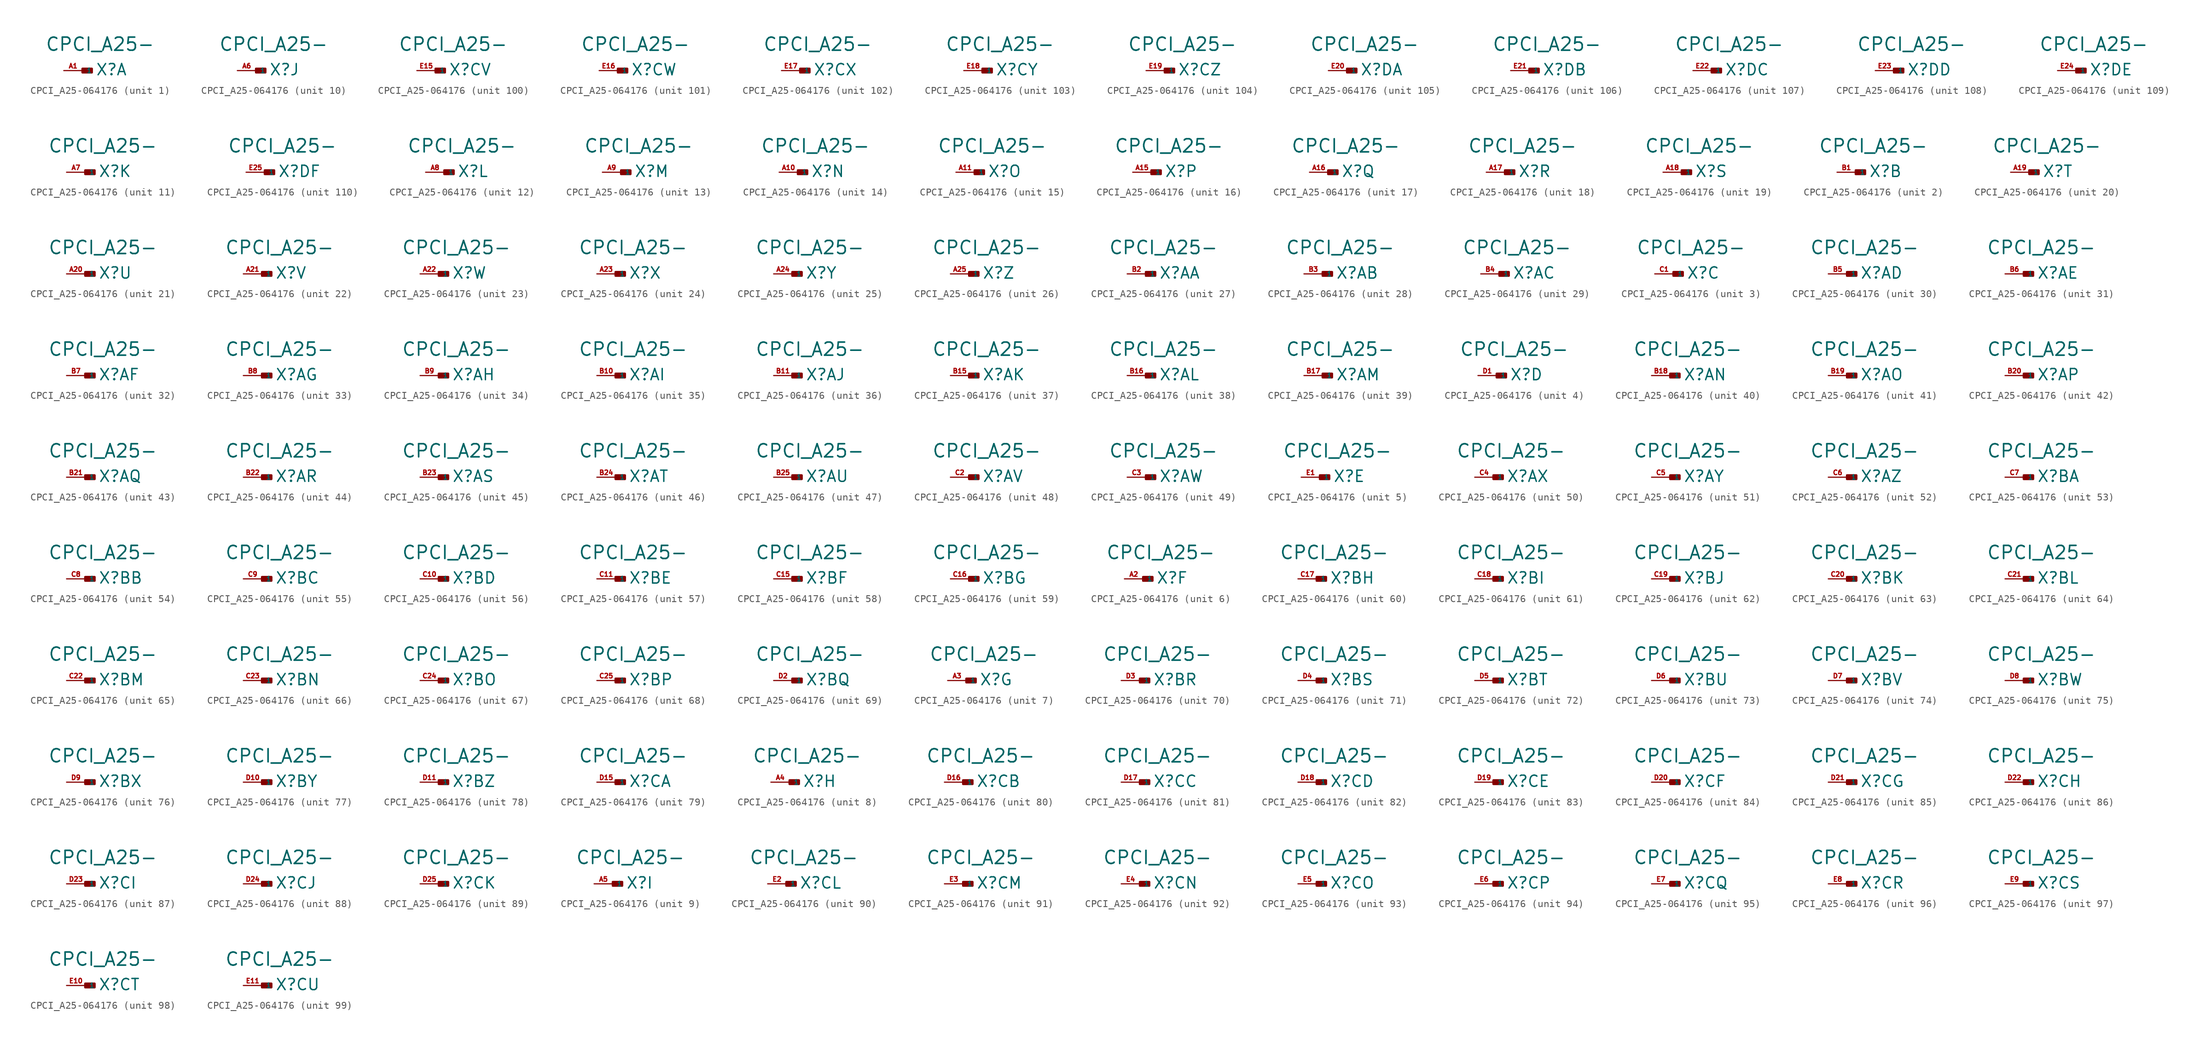
<source format=kicad_sym>
(kicad_symbol_lib
  (version 20220914)
  (generator Eagle2Kicad)
  (symbol "CPCI_A25-064176"
    (property "Reference" "X"
      (at 1.778 -0.762 0)
      (effects (font (size 1.524 1.524) (thickness 0.19)) (justify left bottom)))
    (property "Value" "CPCI_A25-"
      (at -5.08 2.54 0)
      (effects (font (size 1.778 1.778) (thickness 0.22)) (justify left bottom)))
    (symbol "CPCI_A25-064176_1_0"
      (rectangle (start 0 -0.254) (end 1.27 0.254) (stroke (width 0.3) (type default)) (fill (type outline)))
      (pin input line (at -2.54 0 0) (length 2.54) (name "1" (effects (font (size 0.635 0.635) (thickness 0.08)) (justify left bottom))) (number "A1" (effects (font (size 0.635 0.635) (thickness 0.08)) (justify left bottom)))))
    (symbol "CPCI_A25-064176_2_0"
      (rectangle (start 0 -0.254) (end 1.27 0.254) (stroke (width 0.3) (type default)) (fill (type outline)))
      (pin input line (at -2.54 0 0) (length 2.54) (name "1" (effects (font (size 0.635 0.635) (thickness 0.08)) (justify left bottom))) (number "B1" (effects (font (size 0.635 0.635) (thickness 0.08)) (justify left bottom)))))
    (symbol "CPCI_A25-064176_3_0"
      (rectangle (start 0 -0.254) (end 1.27 0.254) (stroke (width 0.3) (type default)) (fill (type outline)))
      (pin input line (at -2.54 0 0) (length 2.54) (name "1" (effects (font (size 0.635 0.635) (thickness 0.08)) (justify left bottom))) (number "C1" (effects (font (size 0.635 0.635) (thickness 0.08)) (justify left bottom)))))
    (symbol "CPCI_A25-064176_4_0"
      (rectangle (start 0 -0.254) (end 1.27 0.254) (stroke (width 0.3) (type default)) (fill (type outline)))
      (pin input line (at -2.54 0 0) (length 2.54) (name "1" (effects (font (size 0.635 0.635) (thickness 0.08)) (justify left bottom))) (number "D1" (effects (font (size 0.635 0.635) (thickness 0.08)) (justify left bottom)))))
    (symbol "CPCI_A25-064176_5_0"
      (rectangle (start 0 -0.254) (end 1.27 0.254) (stroke (width 0.3) (type default)) (fill (type outline)))
      (pin input line (at -2.54 0 0) (length 2.54) (name "1" (effects (font (size 0.635 0.635) (thickness 0.08)) (justify left bottom))) (number "E1" (effects (font (size 0.635 0.635) (thickness 0.08)) (justify left bottom)))))
    (symbol "CPCI_A25-064176_6_0"
      (rectangle (start 0 -0.254) (end 1.27 0.254) (stroke (width 0.3) (type default)) (fill (type outline)))
      (pin input line (at -2.54 0 0) (length 2.54) (name "1" (effects (font (size 0.635 0.635) (thickness 0.08)) (justify left bottom))) (number "A2" (effects (font (size 0.635 0.635) (thickness 0.08)) (justify left bottom)))))
    (symbol "CPCI_A25-064176_7_0"
      (rectangle (start 0 -0.254) (end 1.27 0.254) (stroke (width 0.3) (type default)) (fill (type outline)))
      (pin input line (at -2.54 0 0) (length 2.54) (name "1" (effects (font (size 0.635 0.635) (thickness 0.08)) (justify left bottom))) (number "A3" (effects (font (size 0.635 0.635) (thickness 0.08)) (justify left bottom)))))
    (symbol "CPCI_A25-064176_8_0"
      (rectangle (start 0 -0.254) (end 1.27 0.254) (stroke (width 0.3) (type default)) (fill (type outline)))
      (pin input line (at -2.54 0 0) (length 2.54) (name "1" (effects (font (size 0.635 0.635) (thickness 0.08)) (justify left bottom))) (number "A4" (effects (font (size 0.635 0.635) (thickness 0.08)) (justify left bottom)))))
    (symbol "CPCI_A25-064176_9_0"
      (rectangle (start 0 -0.254) (end 1.27 0.254) (stroke (width 0.3) (type default)) (fill (type outline)))
      (pin input line (at -2.54 0 0) (length 2.54) (name "1" (effects (font (size 0.635 0.635) (thickness 0.08)) (justify left bottom))) (number "A5" (effects (font (size 0.635 0.635) (thickness 0.08)) (justify left bottom)))))
    (symbol "CPCI_A25-064176_10_0"
      (rectangle (start 0 -0.254) (end 1.27 0.254) (stroke (width 0.3) (type default)) (fill (type outline)))
      (pin input line (at -2.54 0 0) (length 2.54) (name "1" (effects (font (size 0.635 0.635) (thickness 0.08)) (justify left bottom))) (number "A6" (effects (font (size 0.635 0.635) (thickness 0.08)) (justify left bottom)))))
    (symbol "CPCI_A25-064176_11_0"
      (rectangle (start 0 -0.254) (end 1.27 0.254) (stroke (width 0.3) (type default)) (fill (type outline)))
      (pin input line (at -2.54 0 0) (length 2.54) (name "1" (effects (font (size 0.635 0.635) (thickness 0.08)) (justify left bottom))) (number "A7" (effects (font (size 0.635 0.635) (thickness 0.08)) (justify left bottom)))))
    (symbol "CPCI_A25-064176_12_0"
      (rectangle (start 0 -0.254) (end 1.27 0.254) (stroke (width 0.3) (type default)) (fill (type outline)))
      (pin input line (at -2.54 0 0) (length 2.54) (name "1" (effects (font (size 0.635 0.635) (thickness 0.08)) (justify left bottom))) (number "A8" (effects (font (size 0.635 0.635) (thickness 0.08)) (justify left bottom)))))
    (symbol "CPCI_A25-064176_13_0"
      (rectangle (start 0 -0.254) (end 1.27 0.254) (stroke (width 0.3) (type default)) (fill (type outline)))
      (pin input line (at -2.54 0 0) (length 2.54) (name "1" (effects (font (size 0.635 0.635) (thickness 0.08)) (justify left bottom))) (number "A9" (effects (font (size 0.635 0.635) (thickness 0.08)) (justify left bottom)))))
    (symbol "CPCI_A25-064176_14_0"
      (rectangle (start 0 -0.254) (end 1.27 0.254) (stroke (width 0.3) (type default)) (fill (type outline)))
      (pin input line (at -2.54 0 0) (length 2.54) (name "1" (effects (font (size 0.635 0.635) (thickness 0.08)) (justify left bottom))) (number "A10" (effects (font (size 0.635 0.635) (thickness 0.08)) (justify left bottom)))))
    (symbol "CPCI_A25-064176_15_0"
      (rectangle (start 0 -0.254) (end 1.27 0.254) (stroke (width 0.3) (type default)) (fill (type outline)))
      (pin input line (at -2.54 0 0) (length 2.54) (name "1" (effects (font (size 0.635 0.635) (thickness 0.08)) (justify left bottom))) (number "A11" (effects (font (size 0.635 0.635) (thickness 0.08)) (justify left bottom)))))
    (symbol "CPCI_A25-064176_16_0"
      (rectangle (start 0 -0.254) (end 1.27 0.254) (stroke (width 0.3) (type default)) (fill (type outline)))
      (pin input line (at -2.54 0 0) (length 2.54) (name "1" (effects (font (size 0.635 0.635) (thickness 0.08)) (justify left bottom))) (number "A15" (effects (font (size 0.635 0.635) (thickness 0.08)) (justify left bottom)))))
    (symbol "CPCI_A25-064176_17_0"
      (rectangle (start 0 -0.254) (end 1.27 0.254) (stroke (width 0.3) (type default)) (fill (type outline)))
      (pin input line (at -2.54 0 0) (length 2.54) (name "1" (effects (font (size 0.635 0.635) (thickness 0.08)) (justify left bottom))) (number "A16" (effects (font (size 0.635 0.635) (thickness 0.08)) (justify left bottom)))))
    (symbol "CPCI_A25-064176_18_0"
      (rectangle (start 0 -0.254) (end 1.27 0.254) (stroke (width 0.3) (type default)) (fill (type outline)))
      (pin input line (at -2.54 0 0) (length 2.54) (name "1" (effects (font (size 0.635 0.635) (thickness 0.08)) (justify left bottom))) (number "A17" (effects (font (size 0.635 0.635) (thickness 0.08)) (justify left bottom)))))
    (symbol "CPCI_A25-064176_19_0"
      (rectangle (start 0 -0.254) (end 1.27 0.254) (stroke (width 0.3) (type default)) (fill (type outline)))
      (pin input line (at -2.54 0 0) (length 2.54) (name "1" (effects (font (size 0.635 0.635) (thickness 0.08)) (justify left bottom))) (number "A18" (effects (font (size 0.635 0.635) (thickness 0.08)) (justify left bottom)))))
    (symbol "CPCI_A25-064176_20_0"
      (rectangle (start 0 -0.254) (end 1.27 0.254) (stroke (width 0.3) (type default)) (fill (type outline)))
      (pin input line (at -2.54 0 0) (length 2.54) (name "1" (effects (font (size 0.635 0.635) (thickness 0.08)) (justify left bottom))) (number "A19" (effects (font (size 0.635 0.635) (thickness 0.08)) (justify left bottom)))))
    (symbol "CPCI_A25-064176_21_0"
      (rectangle (start 0 -0.254) (end 1.27 0.254) (stroke (width 0.3) (type default)) (fill (type outline)))
      (pin input line (at -2.54 0 0) (length 2.54) (name "1" (effects (font (size 0.635 0.635) (thickness 0.08)) (justify left bottom))) (number "A20" (effects (font (size 0.635 0.635) (thickness 0.08)) (justify left bottom)))))
    (symbol "CPCI_A25-064176_22_0"
      (rectangle (start 0 -0.254) (end 1.27 0.254) (stroke (width 0.3) (type default)) (fill (type outline)))
      (pin input line (at -2.54 0 0) (length 2.54) (name "1" (effects (font (size 0.635 0.635) (thickness 0.08)) (justify left bottom))) (number "A21" (effects (font (size 0.635 0.635) (thickness 0.08)) (justify left bottom)))))
    (symbol "CPCI_A25-064176_23_0"
      (rectangle (start 0 -0.254) (end 1.27 0.254) (stroke (width 0.3) (type default)) (fill (type outline)))
      (pin input line (at -2.54 0 0) (length 2.54) (name "1" (effects (font (size 0.635 0.635) (thickness 0.08)) (justify left bottom))) (number "A22" (effects (font (size 0.635 0.635) (thickness 0.08)) (justify left bottom)))))
    (symbol "CPCI_A25-064176_24_0"
      (rectangle (start 0 -0.254) (end 1.27 0.254) (stroke (width 0.3) (type default)) (fill (type outline)))
      (pin input line (at -2.54 0 0) (length 2.54) (name "1" (effects (font (size 0.635 0.635) (thickness 0.08)) (justify left bottom))) (number "A23" (effects (font (size 0.635 0.635) (thickness 0.08)) (justify left bottom)))))
    (symbol "CPCI_A25-064176_25_0"
      (rectangle (start 0 -0.254) (end 1.27 0.254) (stroke (width 0.3) (type default)) (fill (type outline)))
      (pin input line (at -2.54 0 0) (length 2.54) (name "1" (effects (font (size 0.635 0.635) (thickness 0.08)) (justify left bottom))) (number "A24" (effects (font (size 0.635 0.635) (thickness 0.08)) (justify left bottom)))))
    (symbol "CPCI_A25-064176_26_0"
      (rectangle (start 0 -0.254) (end 1.27 0.254) (stroke (width 0.3) (type default)) (fill (type outline)))
      (pin input line (at -2.54 0 0) (length 2.54) (name "1" (effects (font (size 0.635 0.635) (thickness 0.08)) (justify left bottom))) (number "A25" (effects (font (size 0.635 0.635) (thickness 0.08)) (justify left bottom)))))
    (symbol "CPCI_A25-064176_27_0"
      (rectangle (start 0 -0.254) (end 1.27 0.254) (stroke (width 0.3) (type default)) (fill (type outline)))
      (pin input line (at -2.54 0 0) (length 2.54) (name "1" (effects (font (size 0.635 0.635) (thickness 0.08)) (justify left bottom))) (number "B2" (effects (font (size 0.635 0.635) (thickness 0.08)) (justify left bottom)))))
    (symbol "CPCI_A25-064176_28_0"
      (rectangle (start 0 -0.254) (end 1.27 0.254) (stroke (width 0.3) (type default)) (fill (type outline)))
      (pin input line (at -2.54 0 0) (length 2.54) (name "1" (effects (font (size 0.635 0.635) (thickness 0.08)) (justify left bottom))) (number "B3" (effects (font (size 0.635 0.635) (thickness 0.08)) (justify left bottom)))))
    (symbol "CPCI_A25-064176_29_0"
      (rectangle (start 0 -0.254) (end 1.27 0.254) (stroke (width 0.3) (type default)) (fill (type outline)))
      (pin input line (at -2.54 0 0) (length 2.54) (name "1" (effects (font (size 0.635 0.635) (thickness 0.08)) (justify left bottom))) (number "B4" (effects (font (size 0.635 0.635) (thickness 0.08)) (justify left bottom)))))
    (symbol "CPCI_A25-064176_30_0"
      (rectangle (start 0 -0.254) (end 1.27 0.254) (stroke (width 0.3) (type default)) (fill (type outline)))
      (pin input line (at -2.54 0 0) (length 2.54) (name "1" (effects (font (size 0.635 0.635) (thickness 0.08)) (justify left bottom))) (number "B5" (effects (font (size 0.635 0.635) (thickness 0.08)) (justify left bottom)))))
    (symbol "CPCI_A25-064176_31_0"
      (rectangle (start 0 -0.254) (end 1.27 0.254) (stroke (width 0.3) (type default)) (fill (type outline)))
      (pin input line (at -2.54 0 0) (length 2.54) (name "1" (effects (font (size 0.635 0.635) (thickness 0.08)) (justify left bottom))) (number "B6" (effects (font (size 0.635 0.635) (thickness 0.08)) (justify left bottom)))))
    (symbol "CPCI_A25-064176_32_0"
      (rectangle (start 0 -0.254) (end 1.27 0.254) (stroke (width 0.3) (type default)) (fill (type outline)))
      (pin input line (at -2.54 0 0) (length 2.54) (name "1" (effects (font (size 0.635 0.635) (thickness 0.08)) (justify left bottom))) (number "B7" (effects (font (size 0.635 0.635) (thickness 0.08)) (justify left bottom)))))
    (symbol "CPCI_A25-064176_33_0"
      (rectangle (start 0 -0.254) (end 1.27 0.254) (stroke (width 0.3) (type default)) (fill (type outline)))
      (pin input line (at -2.54 0 0) (length 2.54) (name "1" (effects (font (size 0.635 0.635) (thickness 0.08)) (justify left bottom))) (number "B8" (effects (font (size 0.635 0.635) (thickness 0.08)) (justify left bottom)))))
    (symbol "CPCI_A25-064176_34_0"
      (rectangle (start 0 -0.254) (end 1.27 0.254) (stroke (width 0.3) (type default)) (fill (type outline)))
      (pin input line (at -2.54 0 0) (length 2.54) (name "1" (effects (font (size 0.635 0.635) (thickness 0.08)) (justify left bottom))) (number "B9" (effects (font (size 0.635 0.635) (thickness 0.08)) (justify left bottom)))))
    (symbol "CPCI_A25-064176_35_0"
      (rectangle (start 0 -0.254) (end 1.27 0.254) (stroke (width 0.3) (type default)) (fill (type outline)))
      (pin input line (at -2.54 0 0) (length 2.54) (name "1" (effects (font (size 0.635 0.635) (thickness 0.08)) (justify left bottom))) (number "B10" (effects (font (size 0.635 0.635) (thickness 0.08)) (justify left bottom)))))
    (symbol "CPCI_A25-064176_36_0"
      (rectangle (start 0 -0.254) (end 1.27 0.254) (stroke (width 0.3) (type default)) (fill (type outline)))
      (pin input line (at -2.54 0 0) (length 2.54) (name "1" (effects (font (size 0.635 0.635) (thickness 0.08)) (justify left bottom))) (number "B11" (effects (font (size 0.635 0.635) (thickness 0.08)) (justify left bottom)))))
    (symbol "CPCI_A25-064176_37_0"
      (rectangle (start 0 -0.254) (end 1.27 0.254) (stroke (width 0.3) (type default)) (fill (type outline)))
      (pin input line (at -2.54 0 0) (length 2.54) (name "1" (effects (font (size 0.635 0.635) (thickness 0.08)) (justify left bottom))) (number "B15" (effects (font (size 0.635 0.635) (thickness 0.08)) (justify left bottom)))))
    (symbol "CPCI_A25-064176_38_0"
      (rectangle (start 0 -0.254) (end 1.27 0.254) (stroke (width 0.3) (type default)) (fill (type outline)))
      (pin input line (at -2.54 0 0) (length 2.54) (name "1" (effects (font (size 0.635 0.635) (thickness 0.08)) (justify left bottom))) (number "B16" (effects (font (size 0.635 0.635) (thickness 0.08)) (justify left bottom)))))
    (symbol "CPCI_A25-064176_39_0"
      (rectangle (start 0 -0.254) (end 1.27 0.254) (stroke (width 0.3) (type default)) (fill (type outline)))
      (pin input line (at -2.54 0 0) (length 2.54) (name "1" (effects (font (size 0.635 0.635) (thickness 0.08)) (justify left bottom))) (number "B17" (effects (font (size 0.635 0.635) (thickness 0.08)) (justify left bottom)))))
    (symbol "CPCI_A25-064176_40_0"
      (rectangle (start 0 -0.254) (end 1.27 0.254) (stroke (width 0.3) (type default)) (fill (type outline)))
      (pin input line (at -2.54 0 0) (length 2.54) (name "1" (effects (font (size 0.635 0.635) (thickness 0.08)) (justify left bottom))) (number "B18" (effects (font (size 0.635 0.635) (thickness 0.08)) (justify left bottom)))))
    (symbol "CPCI_A25-064176_41_0"
      (rectangle (start 0 -0.254) (end 1.27 0.254) (stroke (width 0.3) (type default)) (fill (type outline)))
      (pin input line (at -2.54 0 0) (length 2.54) (name "1" (effects (font (size 0.635 0.635) (thickness 0.08)) (justify left bottom))) (number "B19" (effects (font (size 0.635 0.635) (thickness 0.08)) (justify left bottom)))))
    (symbol "CPCI_A25-064176_42_0"
      (rectangle (start 0 -0.254) (end 1.27 0.254) (stroke (width 0.3) (type default)) (fill (type outline)))
      (pin input line (at -2.54 0 0) (length 2.54) (name "1" (effects (font (size 0.635 0.635) (thickness 0.08)) (justify left bottom))) (number "B20" (effects (font (size 0.635 0.635) (thickness 0.08)) (justify left bottom)))))
    (symbol "CPCI_A25-064176_43_0"
      (rectangle (start 0 -0.254) (end 1.27 0.254) (stroke (width 0.3) (type default)) (fill (type outline)))
      (pin input line (at -2.54 0 0) (length 2.54) (name "1" (effects (font (size 0.635 0.635) (thickness 0.08)) (justify left bottom))) (number "B21" (effects (font (size 0.635 0.635) (thickness 0.08)) (justify left bottom)))))
    (symbol "CPCI_A25-064176_44_0"
      (rectangle (start 0 -0.254) (end 1.27 0.254) (stroke (width 0.3) (type default)) (fill (type outline)))
      (pin input line (at -2.54 0 0) (length 2.54) (name "1" (effects (font (size 0.635 0.635) (thickness 0.08)) (justify left bottom))) (number "B22" (effects (font (size 0.635 0.635) (thickness 0.08)) (justify left bottom)))))
    (symbol "CPCI_A25-064176_45_0"
      (rectangle (start 0 -0.254) (end 1.27 0.254) (stroke (width 0.3) (type default)) (fill (type outline)))
      (pin input line (at -2.54 0 0) (length 2.54) (name "1" (effects (font (size 0.635 0.635) (thickness 0.08)) (justify left bottom))) (number "B23" (effects (font (size 0.635 0.635) (thickness 0.08)) (justify left bottom)))))
    (symbol "CPCI_A25-064176_46_0"
      (rectangle (start 0 -0.254) (end 1.27 0.254) (stroke (width 0.3) (type default)) (fill (type outline)))
      (pin input line (at -2.54 0 0) (length 2.54) (name "1" (effects (font (size 0.635 0.635) (thickness 0.08)) (justify left bottom))) (number "B24" (effects (font (size 0.635 0.635) (thickness 0.08)) (justify left bottom)))))
    (symbol "CPCI_A25-064176_47_0"
      (rectangle (start 0 -0.254) (end 1.27 0.254) (stroke (width 0.3) (type default)) (fill (type outline)))
      (pin input line (at -2.54 0 0) (length 2.54) (name "1" (effects (font (size 0.635 0.635) (thickness 0.08)) (justify left bottom))) (number "B25" (effects (font (size 0.635 0.635) (thickness 0.08)) (justify left bottom)))))
    (symbol "CPCI_A25-064176_48_0"
      (rectangle (start 0 -0.254) (end 1.27 0.254) (stroke (width 0.3) (type default)) (fill (type outline)))
      (pin input line (at -2.54 0 0) (length 2.54) (name "1" (effects (font (size 0.635 0.635) (thickness 0.08)) (justify left bottom))) (number "C2" (effects (font (size 0.635 0.635) (thickness 0.08)) (justify left bottom)))))
    (symbol "CPCI_A25-064176_49_0"
      (rectangle (start 0 -0.254) (end 1.27 0.254) (stroke (width 0.3) (type default)) (fill (type outline)))
      (pin input line (at -2.54 0 0) (length 2.54) (name "1" (effects (font (size 0.635 0.635) (thickness 0.08)) (justify left bottom))) (number "C3" (effects (font (size 0.635 0.635) (thickness 0.08)) (justify left bottom)))))
    (symbol "CPCI_A25-064176_50_0"
      (rectangle (start 0 -0.254) (end 1.27 0.254) (stroke (width 0.3) (type default)) (fill (type outline)))
      (pin input line (at -2.54 0 0) (length 2.54) (name "1" (effects (font (size 0.635 0.635) (thickness 0.08)) (justify left bottom))) (number "C4" (effects (font (size 0.635 0.635) (thickness 0.08)) (justify left bottom)))))
    (symbol "CPCI_A25-064176_51_0"
      (rectangle (start 0 -0.254) (end 1.27 0.254) (stroke (width 0.3) (type default)) (fill (type outline)))
      (pin input line (at -2.54 0 0) (length 2.54) (name "1" (effects (font (size 0.635 0.635) (thickness 0.08)) (justify left bottom))) (number "C5" (effects (font (size 0.635 0.635) (thickness 0.08)) (justify left bottom)))))
    (symbol "CPCI_A25-064176_52_0"
      (rectangle (start 0 -0.254) (end 1.27 0.254) (stroke (width 0.3) (type default)) (fill (type outline)))
      (pin input line (at -2.54 0 0) (length 2.54) (name "1" (effects (font (size 0.635 0.635) (thickness 0.08)) (justify left bottom))) (number "C6" (effects (font (size 0.635 0.635) (thickness 0.08)) (justify left bottom)))))
    (symbol "CPCI_A25-064176_53_0"
      (rectangle (start 0 -0.254) (end 1.27 0.254) (stroke (width 0.3) (type default)) (fill (type outline)))
      (pin input line (at -2.54 0 0) (length 2.54) (name "1" (effects (font (size 0.635 0.635) (thickness 0.08)) (justify left bottom))) (number "C7" (effects (font (size 0.635 0.635) (thickness 0.08)) (justify left bottom)))))
    (symbol "CPCI_A25-064176_54_0"
      (rectangle (start 0 -0.254) (end 1.27 0.254) (stroke (width 0.3) (type default)) (fill (type outline)))
      (pin input line (at -2.54 0 0) (length 2.54) (name "1" (effects (font (size 0.635 0.635) (thickness 0.08)) (justify left bottom))) (number "C8" (effects (font (size 0.635 0.635) (thickness 0.08)) (justify left bottom)))))
    (symbol "CPCI_A25-064176_55_0"
      (rectangle (start 0 -0.254) (end 1.27 0.254) (stroke (width 0.3) (type default)) (fill (type outline)))
      (pin input line (at -2.54 0 0) (length 2.54) (name "1" (effects (font (size 0.635 0.635) (thickness 0.08)) (justify left bottom))) (number "C9" (effects (font (size 0.635 0.635) (thickness 0.08)) (justify left bottom)))))
    (symbol "CPCI_A25-064176_56_0"
      (rectangle (start 0 -0.254) (end 1.27 0.254) (stroke (width 0.3) (type default)) (fill (type outline)))
      (pin input line (at -2.54 0 0) (length 2.54) (name "1" (effects (font (size 0.635 0.635) (thickness 0.08)) (justify left bottom))) (number "C10" (effects (font (size 0.635 0.635) (thickness 0.08)) (justify left bottom)))))
    (symbol "CPCI_A25-064176_57_0"
      (rectangle (start 0 -0.254) (end 1.27 0.254) (stroke (width 0.3) (type default)) (fill (type outline)))
      (pin input line (at -2.54 0 0) (length 2.54) (name "1" (effects (font (size 0.635 0.635) (thickness 0.08)) (justify left bottom))) (number "C11" (effects (font (size 0.635 0.635) (thickness 0.08)) (justify left bottom)))))
    (symbol "CPCI_A25-064176_58_0"
      (rectangle (start 0 -0.254) (end 1.27 0.254) (stroke (width 0.3) (type default)) (fill (type outline)))
      (pin input line (at -2.54 0 0) (length 2.54) (name "1" (effects (font (size 0.635 0.635) (thickness 0.08)) (justify left bottom))) (number "C15" (effects (font (size 0.635 0.635) (thickness 0.08)) (justify left bottom)))))
    (symbol "CPCI_A25-064176_59_0"
      (rectangle (start 0 -0.254) (end 1.27 0.254) (stroke (width 0.3) (type default)) (fill (type outline)))
      (pin input line (at -2.54 0 0) (length 2.54) (name "1" (effects (font (size 0.635 0.635) (thickness 0.08)) (justify left bottom))) (number "C16" (effects (font (size 0.635 0.635) (thickness 0.08)) (justify left bottom)))))
    (symbol "CPCI_A25-064176_60_0"
      (rectangle (start 0 -0.254) (end 1.27 0.254) (stroke (width 0.3) (type default)) (fill (type outline)))
      (pin input line (at -2.54 0 0) (length 2.54) (name "1" (effects (font (size 0.635 0.635) (thickness 0.08)) (justify left bottom))) (number "C17" (effects (font (size 0.635 0.635) (thickness 0.08)) (justify left bottom)))))
    (symbol "CPCI_A25-064176_61_0"
      (rectangle (start 0 -0.254) (end 1.27 0.254) (stroke (width 0.3) (type default)) (fill (type outline)))
      (pin input line (at -2.54 0 0) (length 2.54) (name "1" (effects (font (size 0.635 0.635) (thickness 0.08)) (justify left bottom))) (number "C18" (effects (font (size 0.635 0.635) (thickness 0.08)) (justify left bottom)))))
    (symbol "CPCI_A25-064176_62_0"
      (rectangle (start 0 -0.254) (end 1.27 0.254) (stroke (width 0.3) (type default)) (fill (type outline)))
      (pin input line (at -2.54 0 0) (length 2.54) (name "1" (effects (font (size 0.635 0.635) (thickness 0.08)) (justify left bottom))) (number "C19" (effects (font (size 0.635 0.635) (thickness 0.08)) (justify left bottom)))))
    (symbol "CPCI_A25-064176_63_0"
      (rectangle (start 0 -0.254) (end 1.27 0.254) (stroke (width 0.3) (type default)) (fill (type outline)))
      (pin input line (at -2.54 0 0) (length 2.54) (name "1" (effects (font (size 0.635 0.635) (thickness 0.08)) (justify left bottom))) (number "C20" (effects (font (size 0.635 0.635) (thickness 0.08)) (justify left bottom)))))
    (symbol "CPCI_A25-064176_64_0"
      (rectangle (start 0 -0.254) (end 1.27 0.254) (stroke (width 0.3) (type default)) (fill (type outline)))
      (pin input line (at -2.54 0 0) (length 2.54) (name "1" (effects (font (size 0.635 0.635) (thickness 0.08)) (justify left bottom))) (number "C21" (effects (font (size 0.635 0.635) (thickness 0.08)) (justify left bottom)))))
    (symbol "CPCI_A25-064176_65_0"
      (rectangle (start 0 -0.254) (end 1.27 0.254) (stroke (width 0.3) (type default)) (fill (type outline)))
      (pin input line (at -2.54 0 0) (length 2.54) (name "1" (effects (font (size 0.635 0.635) (thickness 0.08)) (justify left bottom))) (number "C22" (effects (font (size 0.635 0.635) (thickness 0.08)) (justify left bottom)))))
    (symbol "CPCI_A25-064176_66_0"
      (rectangle (start 0 -0.254) (end 1.27 0.254) (stroke (width 0.3) (type default)) (fill (type outline)))
      (pin input line (at -2.54 0 0) (length 2.54) (name "1" (effects (font (size 0.635 0.635) (thickness 0.08)) (justify left bottom))) (number "C23" (effects (font (size 0.635 0.635) (thickness 0.08)) (justify left bottom)))))
    (symbol "CPCI_A25-064176_67_0"
      (rectangle (start 0 -0.254) (end 1.27 0.254) (stroke (width 0.3) (type default)) (fill (type outline)))
      (pin input line (at -2.54 0 0) (length 2.54) (name "1" (effects (font (size 0.635 0.635) (thickness 0.08)) (justify left bottom))) (number "C24" (effects (font (size 0.635 0.635) (thickness 0.08)) (justify left bottom)))))
    (symbol "CPCI_A25-064176_68_0"
      (rectangle (start 0 -0.254) (end 1.27 0.254) (stroke (width 0.3) (type default)) (fill (type outline)))
      (pin input line (at -2.54 0 0) (length 2.54) (name "1" (effects (font (size 0.635 0.635) (thickness 0.08)) (justify left bottom))) (number "C25" (effects (font (size 0.635 0.635) (thickness 0.08)) (justify left bottom)))))
    (symbol "CPCI_A25-064176_69_0"
      (rectangle (start 0 -0.254) (end 1.27 0.254) (stroke (width 0.3) (type default)) (fill (type outline)))
      (pin input line (at -2.54 0 0) (length 2.54) (name "1" (effects (font (size 0.635 0.635) (thickness 0.08)) (justify left bottom))) (number "D2" (effects (font (size 0.635 0.635) (thickness 0.08)) (justify left bottom)))))
    (symbol "CPCI_A25-064176_70_0"
      (rectangle (start 0 -0.254) (end 1.27 0.254) (stroke (width 0.3) (type default)) (fill (type outline)))
      (pin input line (at -2.54 0 0) (length 2.54) (name "1" (effects (font (size 0.635 0.635) (thickness 0.08)) (justify left bottom))) (number "D3" (effects (font (size 0.635 0.635) (thickness 0.08)) (justify left bottom)))))
    (symbol "CPCI_A25-064176_71_0"
      (rectangle (start 0 -0.254) (end 1.27 0.254) (stroke (width 0.3) (type default)) (fill (type outline)))
      (pin input line (at -2.54 0 0) (length 2.54) (name "1" (effects (font (size 0.635 0.635) (thickness 0.08)) (justify left bottom))) (number "D4" (effects (font (size 0.635 0.635) (thickness 0.08)) (justify left bottom)))))
    (symbol "CPCI_A25-064176_72_0"
      (rectangle (start 0 -0.254) (end 1.27 0.254) (stroke (width 0.3) (type default)) (fill (type outline)))
      (pin input line (at -2.54 0 0) (length 2.54) (name "1" (effects (font (size 0.635 0.635) (thickness 0.08)) (justify left bottom))) (number "D5" (effects (font (size 0.635 0.635) (thickness 0.08)) (justify left bottom)))))
    (symbol "CPCI_A25-064176_73_0"
      (rectangle (start 0 -0.254) (end 1.27 0.254) (stroke (width 0.3) (type default)) (fill (type outline)))
      (pin input line (at -2.54 0 0) (length 2.54) (name "1" (effects (font (size 0.635 0.635) (thickness 0.08)) (justify left bottom))) (number "D6" (effects (font (size 0.635 0.635) (thickness 0.08)) (justify left bottom)))))
    (symbol "CPCI_A25-064176_74_0"
      (rectangle (start 0 -0.254) (end 1.27 0.254) (stroke (width 0.3) (type default)) (fill (type outline)))
      (pin input line (at -2.54 0 0) (length 2.54) (name "1" (effects (font (size 0.635 0.635) (thickness 0.08)) (justify left bottom))) (number "D7" (effects (font (size 0.635 0.635) (thickness 0.08)) (justify left bottom)))))
    (symbol "CPCI_A25-064176_75_0"
      (rectangle (start 0 -0.254) (end 1.27 0.254) (stroke (width 0.3) (type default)) (fill (type outline)))
      (pin input line (at -2.54 0 0) (length 2.54) (name "1" (effects (font (size 0.635 0.635) (thickness 0.08)) (justify left bottom))) (number "D8" (effects (font (size 0.635 0.635) (thickness 0.08)) (justify left bottom)))))
    (symbol "CPCI_A25-064176_76_0"
      (rectangle (start 0 -0.254) (end 1.27 0.254) (stroke (width 0.3) (type default)) (fill (type outline)))
      (pin input line (at -2.54 0 0) (length 2.54) (name "1" (effects (font (size 0.635 0.635) (thickness 0.08)) (justify left bottom))) (number "D9" (effects (font (size 0.635 0.635) (thickness 0.08)) (justify left bottom)))))
    (symbol "CPCI_A25-064176_77_0"
      (rectangle (start 0 -0.254) (end 1.27 0.254) (stroke (width 0.3) (type default)) (fill (type outline)))
      (pin input line (at -2.54 0 0) (length 2.54) (name "1" (effects (font (size 0.635 0.635) (thickness 0.08)) (justify left bottom))) (number "D10" (effects (font (size 0.635 0.635) (thickness 0.08)) (justify left bottom)))))
    (symbol "CPCI_A25-064176_78_0"
      (rectangle (start 0 -0.254) (end 1.27 0.254) (stroke (width 0.3) (type default)) (fill (type outline)))
      (pin input line (at -2.54 0 0) (length 2.54) (name "1" (effects (font (size 0.635 0.635) (thickness 0.08)) (justify left bottom))) (number "D11" (effects (font (size 0.635 0.635) (thickness 0.08)) (justify left bottom)))))
    (symbol "CPCI_A25-064176_79_0"
      (rectangle (start 0 -0.254) (end 1.27 0.254) (stroke (width 0.3) (type default)) (fill (type outline)))
      (pin input line (at -2.54 0 0) (length 2.54) (name "1" (effects (font (size 0.635 0.635) (thickness 0.08)) (justify left bottom))) (number "D15" (effects (font (size 0.635 0.635) (thickness 0.08)) (justify left bottom)))))
    (symbol "CPCI_A25-064176_80_0"
      (rectangle (start 0 -0.254) (end 1.27 0.254) (stroke (width 0.3) (type default)) (fill (type outline)))
      (pin input line (at -2.54 0 0) (length 2.54) (name "1" (effects (font (size 0.635 0.635) (thickness 0.08)) (justify left bottom))) (number "D16" (effects (font (size 0.635 0.635) (thickness 0.08)) (justify left bottom)))))
    (symbol "CPCI_A25-064176_81_0"
      (rectangle (start 0 -0.254) (end 1.27 0.254) (stroke (width 0.3) (type default)) (fill (type outline)))
      (pin input line (at -2.54 0 0) (length 2.54) (name "1" (effects (font (size 0.635 0.635) (thickness 0.08)) (justify left bottom))) (number "D17" (effects (font (size 0.635 0.635) (thickness 0.08)) (justify left bottom)))))
    (symbol "CPCI_A25-064176_82_0"
      (rectangle (start 0 -0.254) (end 1.27 0.254) (stroke (width 0.3) (type default)) (fill (type outline)))
      (pin input line (at -2.54 0 0) (length 2.54) (name "1" (effects (font (size 0.635 0.635) (thickness 0.08)) (justify left bottom))) (number "D18" (effects (font (size 0.635 0.635) (thickness 0.08)) (justify left bottom)))))
    (symbol "CPCI_A25-064176_83_0"
      (rectangle (start 0 -0.254) (end 1.27 0.254) (stroke (width 0.3) (type default)) (fill (type outline)))
      (pin input line (at -2.54 0 0) (length 2.54) (name "1" (effects (font (size 0.635 0.635) (thickness 0.08)) (justify left bottom))) (number "D19" (effects (font (size 0.635 0.635) (thickness 0.08)) (justify left bottom)))))
    (symbol "CPCI_A25-064176_84_0"
      (rectangle (start 0 -0.254) (end 1.27 0.254) (stroke (width 0.3) (type default)) (fill (type outline)))
      (pin input line (at -2.54 0 0) (length 2.54) (name "1" (effects (font (size 0.635 0.635) (thickness 0.08)) (justify left bottom))) (number "D20" (effects (font (size 0.635 0.635) (thickness 0.08)) (justify left bottom)))))
    (symbol "CPCI_A25-064176_85_0"
      (rectangle (start 0 -0.254) (end 1.27 0.254) (stroke (width 0.3) (type default)) (fill (type outline)))
      (pin input line (at -2.54 0 0) (length 2.54) (name "1" (effects (font (size 0.635 0.635) (thickness 0.08)) (justify left bottom))) (number "D21" (effects (font (size 0.635 0.635) (thickness 0.08)) (justify left bottom)))))
    (symbol "CPCI_A25-064176_86_0"
      (rectangle (start 0 -0.254) (end 1.27 0.254) (stroke (width 0.3) (type default)) (fill (type outline)))
      (pin input line (at -2.54 0 0) (length 2.54) (name "1" (effects (font (size 0.635 0.635) (thickness 0.08)) (justify left bottom))) (number "D22" (effects (font (size 0.635 0.635) (thickness 0.08)) (justify left bottom)))))
    (symbol "CPCI_A25-064176_87_0"
      (rectangle (start 0 -0.254) (end 1.27 0.254) (stroke (width 0.3) (type default)) (fill (type outline)))
      (pin input line (at -2.54 0 0) (length 2.54) (name "1" (effects (font (size 0.635 0.635) (thickness 0.08)) (justify left bottom))) (number "D23" (effects (font (size 0.635 0.635) (thickness 0.08)) (justify left bottom)))))
    (symbol "CPCI_A25-064176_88_0"
      (rectangle (start 0 -0.254) (end 1.27 0.254) (stroke (width 0.3) (type default)) (fill (type outline)))
      (pin input line (at -2.54 0 0) (length 2.54) (name "1" (effects (font (size 0.635 0.635) (thickness 0.08)) (justify left bottom))) (number "D24" (effects (font (size 0.635 0.635) (thickness 0.08)) (justify left bottom)))))
    (symbol "CPCI_A25-064176_89_0"
      (rectangle (start 0 -0.254) (end 1.27 0.254) (stroke (width 0.3) (type default)) (fill (type outline)))
      (pin input line (at -2.54 0 0) (length 2.54) (name "1" (effects (font (size 0.635 0.635) (thickness 0.08)) (justify left bottom))) (number "D25" (effects (font (size 0.635 0.635) (thickness 0.08)) (justify left bottom)))))
    (symbol "CPCI_A25-064176_90_0"
      (rectangle (start 0 -0.254) (end 1.27 0.254) (stroke (width 0.3) (type default)) (fill (type outline)))
      (pin input line (at -2.54 0 0) (length 2.54) (name "1" (effects (font (size 0.635 0.635) (thickness 0.08)) (justify left bottom))) (number "E2" (effects (font (size 0.635 0.635) (thickness 0.08)) (justify left bottom)))))
    (symbol "CPCI_A25-064176_91_0"
      (rectangle (start 0 -0.254) (end 1.27 0.254) (stroke (width 0.3) (type default)) (fill (type outline)))
      (pin input line (at -2.54 0 0) (length 2.54) (name "1" (effects (font (size 0.635 0.635) (thickness 0.08)) (justify left bottom))) (number "E3" (effects (font (size 0.635 0.635) (thickness 0.08)) (justify left bottom)))))
    (symbol "CPCI_A25-064176_92_0"
      (rectangle (start 0 -0.254) (end 1.27 0.254) (stroke (width 0.3) (type default)) (fill (type outline)))
      (pin input line (at -2.54 0 0) (length 2.54) (name "1" (effects (font (size 0.635 0.635) (thickness 0.08)) (justify left bottom))) (number "E4" (effects (font (size 0.635 0.635) (thickness 0.08)) (justify left bottom)))))
    (symbol "CPCI_A25-064176_93_0"
      (rectangle (start 0 -0.254) (end 1.27 0.254) (stroke (width 0.3) (type default)) (fill (type outline)))
      (pin input line (at -2.54 0 0) (length 2.54) (name "1" (effects (font (size 0.635 0.635) (thickness 0.08)) (justify left bottom))) (number "E5" (effects (font (size 0.635 0.635) (thickness 0.08)) (justify left bottom)))))
    (symbol "CPCI_A25-064176_94_0"
      (rectangle (start 0 -0.254) (end 1.27 0.254) (stroke (width 0.3) (type default)) (fill (type outline)))
      (pin input line (at -2.54 0 0) (length 2.54) (name "1" (effects (font (size 0.635 0.635) (thickness 0.08)) (justify left bottom))) (number "E6" (effects (font (size 0.635 0.635) (thickness 0.08)) (justify left bottom)))))
    (symbol "CPCI_A25-064176_95_0"
      (rectangle (start 0 -0.254) (end 1.27 0.254) (stroke (width 0.3) (type default)) (fill (type outline)))
      (pin input line (at -2.54 0 0) (length 2.54) (name "1" (effects (font (size 0.635 0.635) (thickness 0.08)) (justify left bottom))) (number "E7" (effects (font (size 0.635 0.635) (thickness 0.08)) (justify left bottom)))))
    (symbol "CPCI_A25-064176_96_0"
      (rectangle (start 0 -0.254) (end 1.27 0.254) (stroke (width 0.3) (type default)) (fill (type outline)))
      (pin input line (at -2.54 0 0) (length 2.54) (name "1" (effects (font (size 0.635 0.635) (thickness 0.08)) (justify left bottom))) (number "E8" (effects (font (size 0.635 0.635) (thickness 0.08)) (justify left bottom)))))
    (symbol "CPCI_A25-064176_97_0"
      (rectangle (start 0 -0.254) (end 1.27 0.254) (stroke (width 0.3) (type default)) (fill (type outline)))
      (pin input line (at -2.54 0 0) (length 2.54) (name "1" (effects (font (size 0.635 0.635) (thickness 0.08)) (justify left bottom))) (number "E9" (effects (font (size 0.635 0.635) (thickness 0.08)) (justify left bottom)))))
    (symbol "CPCI_A25-064176_98_0"
      (rectangle (start 0 -0.254) (end 1.27 0.254) (stroke (width 0.3) (type default)) (fill (type outline)))
      (pin input line (at -2.54 0 0) (length 2.54) (name "1" (effects (font (size 0.635 0.635) (thickness 0.08)) (justify left bottom))) (number "E10" (effects (font (size 0.635 0.635) (thickness 0.08)) (justify left bottom)))))
    (symbol "CPCI_A25-064176_99_0"
      (rectangle (start 0 -0.254) (end 1.27 0.254) (stroke (width 0.3) (type default)) (fill (type outline)))
      (pin input line (at -2.54 0 0) (length 2.54) (name "1" (effects (font (size 0.635 0.635) (thickness 0.08)) (justify left bottom))) (number "E11" (effects (font (size 0.635 0.635) (thickness 0.08)) (justify left bottom)))))
    (symbol "CPCI_A25-064176_100_0"
      (rectangle (start 0 -0.254) (end 1.27 0.254) (stroke (width 0.3) (type default)) (fill (type outline)))
      (pin input line (at -2.54 0 0) (length 2.54) (name "1" (effects (font (size 0.635 0.635) (thickness 0.08)) (justify left bottom))) (number "E15" (effects (font (size 0.635 0.635) (thickness 0.08)) (justify left bottom)))))
    (symbol "CPCI_A25-064176_101_0"
      (rectangle (start 0 -0.254) (end 1.27 0.254) (stroke (width 0.3) (type default)) (fill (type outline)))
      (pin input line (at -2.54 0 0) (length 2.54) (name "1" (effects (font (size 0.635 0.635) (thickness 0.08)) (justify left bottom))) (number "E16" (effects (font (size 0.635 0.635) (thickness 0.08)) (justify left bottom)))))
    (symbol "CPCI_A25-064176_102_0"
      (rectangle (start 0 -0.254) (end 1.27 0.254) (stroke (width 0.3) (type default)) (fill (type outline)))
      (pin input line (at -2.54 0 0) (length 2.54) (name "1" (effects (font (size 0.635 0.635) (thickness 0.08)) (justify left bottom))) (number "E17" (effects (font (size 0.635 0.635) (thickness 0.08)) (justify left bottom)))))
    (symbol "CPCI_A25-064176_103_0"
      (rectangle (start 0 -0.254) (end 1.27 0.254) (stroke (width 0.3) (type default)) (fill (type outline)))
      (pin input line (at -2.54 0 0) (length 2.54) (name "1" (effects (font (size 0.635 0.635) (thickness 0.08)) (justify left bottom))) (number "E18" (effects (font (size 0.635 0.635) (thickness 0.08)) (justify left bottom)))))
    (symbol "CPCI_A25-064176_104_0"
      (rectangle (start 0 -0.254) (end 1.27 0.254) (stroke (width 0.3) (type default)) (fill (type outline)))
      (pin input line (at -2.54 0 0) (length 2.54) (name "1" (effects (font (size 0.635 0.635) (thickness 0.08)) (justify left bottom))) (number "E19" (effects (font (size 0.635 0.635) (thickness 0.08)) (justify left bottom)))))
    (symbol "CPCI_A25-064176_105_0"
      (rectangle (start 0 -0.254) (end 1.27 0.254) (stroke (width 0.3) (type default)) (fill (type outline)))
      (pin input line (at -2.54 0 0) (length 2.54) (name "1" (effects (font (size 0.635 0.635) (thickness 0.08)) (justify left bottom))) (number "E20" (effects (font (size 0.635 0.635) (thickness 0.08)) (justify left bottom)))))
    (symbol "CPCI_A25-064176_106_0"
      (rectangle (start 0 -0.254) (end 1.27 0.254) (stroke (width 0.3) (type default)) (fill (type outline)))
      (pin input line (at -2.54 0 0) (length 2.54) (name "1" (effects (font (size 0.635 0.635) (thickness 0.08)) (justify left bottom))) (number "E21" (effects (font (size 0.635 0.635) (thickness 0.08)) (justify left bottom)))))
    (symbol "CPCI_A25-064176_107_0"
      (rectangle (start 0 -0.254) (end 1.27 0.254) (stroke (width 0.3) (type default)) (fill (type outline)))
      (pin input line (at -2.54 0 0) (length 2.54) (name "1" (effects (font (size 0.635 0.635) (thickness 0.08)) (justify left bottom))) (number "E22" (effects (font (size 0.635 0.635) (thickness 0.08)) (justify left bottom)))))
    (symbol "CPCI_A25-064176_108_0"
      (rectangle (start 0 -0.254) (end 1.27 0.254) (stroke (width 0.3) (type default)) (fill (type outline)))
      (pin input line (at -2.54 0 0) (length 2.54) (name "1" (effects (font (size 0.635 0.635) (thickness 0.08)) (justify left bottom))) (number "E23" (effects (font (size 0.635 0.635) (thickness 0.08)) (justify left bottom)))))
    (symbol "CPCI_A25-064176_109_0"
      (rectangle (start 0 -0.254) (end 1.27 0.254) (stroke (width 0.3) (type default)) (fill (type outline)))
      (pin input line (at -2.54 0 0) (length 2.54) (name "1" (effects (font (size 0.635 0.635) (thickness 0.08)) (justify left bottom))) (number "E24" (effects (font (size 0.635 0.635) (thickness 0.08)) (justify left bottom)))))
    (symbol "CPCI_A25-064176_110_0"
      (rectangle (start 0 -0.254) (end 1.27 0.254) (stroke (width 0.3) (type default)) (fill (type outline)))
      (pin input line (at -2.54 0 0) (length 2.54) (name "1" (effects (font (size 0.635 0.635) (thickness 0.08)) (justify left bottom))) (number "E25" (effects (font (size 0.635 0.635) (thickness 0.08)) (justify left bottom)))))))
</source>
